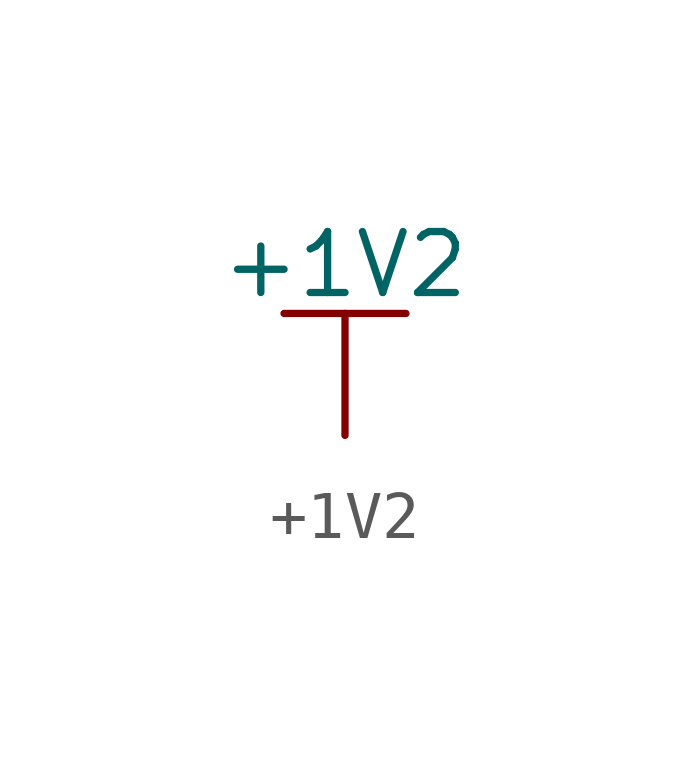
<source format=kicad_sym>
(kicad_symbol_lib
  (version 20211014)
  (generator kicad_symbol_editor)
  (symbol "+1V2"
    (power)
    (pin_names
      (offset 0))
    (property "Reference" "#PWR"
      (at 0 -3.81 0)
      (effects (font (size 1.27 1.27)) hide))
    (property "Value" "+1V2"
      (at 0 3.556 0)
      (effects (font (size 1.27 1.27))))
    (property "Footprint" ""
      (at 0 0 0)
      (effects (font (size 1.27 1.27))))
    (property "Datasheet" ""
      (at 0 0 0)
      (effects (font (size 1.27 1.27))))
    (symbol "+1V2_0_1"
      (polyline (pts (xy 0 0) (xy 0 2.54)) (stroke (width 0) (type default) (color 0 0 0 0)) (fill (type none)))
      (polyline (pts (xy 1.27 2.54) (xy -1.27 2.54)) (stroke (width 0) (type default) (color 0 0 0 0)) (fill (type none))))
    (symbol "+1V2_1_1"
      (pin power_in line (at 0 0 90) (length 0) hide (name "+1V2" (effects (font (size 1.27 1.27)))) (number "1" (effects (font (size 1.27 1.27))))))))
</source>
